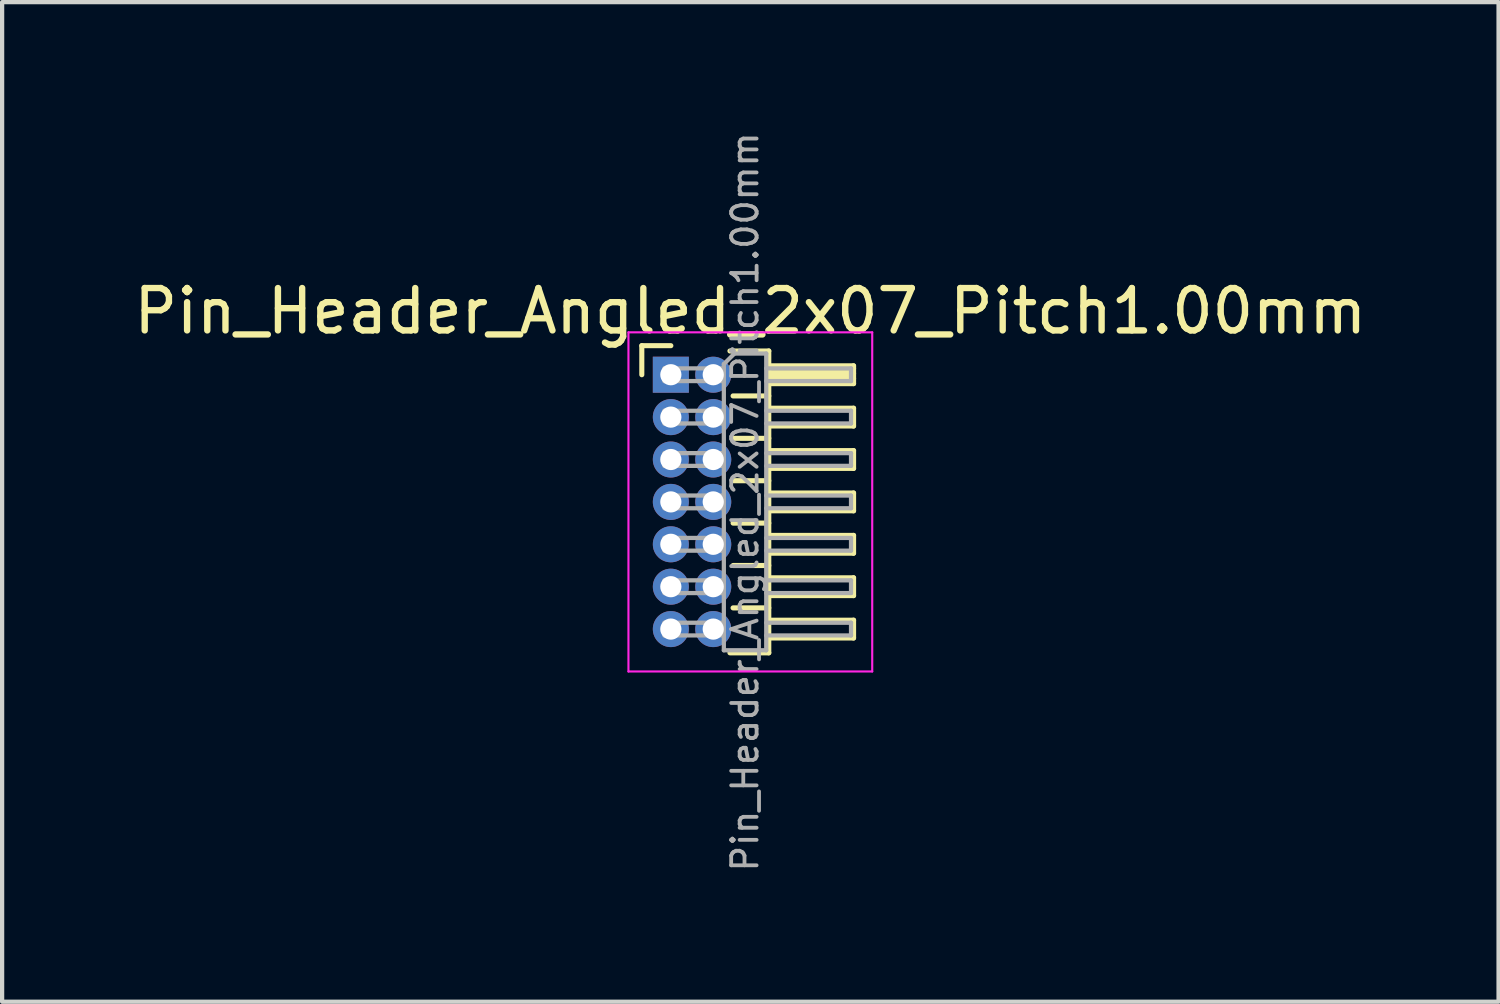
<source format=kicad_pcb>
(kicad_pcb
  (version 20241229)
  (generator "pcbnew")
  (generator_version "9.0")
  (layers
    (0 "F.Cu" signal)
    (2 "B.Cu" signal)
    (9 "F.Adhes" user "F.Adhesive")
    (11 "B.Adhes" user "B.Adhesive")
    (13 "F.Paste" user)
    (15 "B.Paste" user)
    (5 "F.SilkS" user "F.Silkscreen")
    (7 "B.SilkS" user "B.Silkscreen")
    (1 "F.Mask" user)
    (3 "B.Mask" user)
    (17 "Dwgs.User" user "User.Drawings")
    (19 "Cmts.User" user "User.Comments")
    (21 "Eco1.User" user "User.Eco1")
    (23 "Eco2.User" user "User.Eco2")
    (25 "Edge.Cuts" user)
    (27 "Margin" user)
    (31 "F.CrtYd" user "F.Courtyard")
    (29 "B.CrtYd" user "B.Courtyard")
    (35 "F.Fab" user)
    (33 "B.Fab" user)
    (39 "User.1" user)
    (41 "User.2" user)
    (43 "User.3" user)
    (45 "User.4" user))
  (footprint "Pin_Header_Angled_2x07_Pitch1.00mm"
    (layer "F.Cu")
    (at 12.774 5.789)
    (property "Reference" "Pin_Header_Angled_2x07_Pitch1.00mm" (at 1.875 -1.5 0) (layer "F.SilkS") (effects (font (size 1 1) (thickness 0.15))))
    (attr through_hole)
    (fp_line (start -0.685 -0.685) (end 0 -0.685) (stroke (width 0.12) (type solid)) (layer "F.SilkS"))
    (fp_line (start -0.685 0) (end -0.685 -0.685) (stroke (width 0.12) (type solid)) (layer "F.SilkS"))
    (fp_line (start 1.394 -0.56) (end 2.31 -0.56) (stroke (width 0.12) (type solid)) (layer "F.SilkS"))
    (fp_line (start 1.468 0.5) (end 2.31 0.5) (stroke (width 0.12) (type solid)) (layer "F.SilkS"))
    (fp_line (start 1.468 1.5) (end 2.31 1.5) (stroke (width 0.12) (type solid)) (layer "F.SilkS"))
    (fp_line (start 1.468 2.5) (end 2.31 2.5) (stroke (width 0.12) (type solid)) (layer "F.SilkS"))
    (fp_line (start 1.468 3.5) (end 2.31 3.5) (stroke (width 0.12) (type solid)) (layer "F.SilkS"))
    (fp_line (start 1.468 4.5) (end 2.31 4.5) (stroke (width 0.12) (type solid)) (layer "F.SilkS"))
    (fp_line (start 1.468 5.5) (end 2.31 5.5) (stroke (width 0.12) (type solid)) (layer "F.SilkS"))
    (fp_line (start 2.31 -0.56) (end 2.31 6.56) (stroke (width 0.12) (type solid)) (layer "F.SilkS"))
    (fp_line (start 2.31 -0.21) (end 4.31 -0.21) (stroke (width 0.12) (type solid)) (layer "F.SilkS"))
    (fp_line (start 2.31 -0.15) (end 4.31 -0.15) (stroke (width 0.12) (type solid)) (layer "F.SilkS"))
    (fp_line (start 2.31 -0.03) (end 4.31 -0.03) (stroke (width 0.12) (type solid)) (layer "F.SilkS"))
    (fp_line (start 2.31 0.09) (end 4.31 0.09) (stroke (width 0.12) (type solid)) (layer "F.SilkS"))
    (fp_line (start 2.31 0.79) (end 4.31 0.79) (stroke (width 0.12) (type solid)) (layer "F.SilkS"))
    (fp_line (start 2.31 1.79) (end 4.31 1.79) (stroke (width 0.12) (type solid)) (layer "F.SilkS"))
    (fp_line (start 2.31 2.79) (end 4.31 2.79) (stroke (width 0.12) (type solid)) (layer "F.SilkS"))
    (fp_line (start 2.31 3.79) (end 4.31 3.79) (stroke (width 0.12) (type solid)) (layer "F.SilkS"))
    (fp_line (start 2.31 4.79) (end 4.31 4.79) (stroke (width 0.12) (type solid)) (layer "F.SilkS"))
    (fp_line (start 2.31 5.79) (end 4.31 5.79) (stroke (width 0.12) (type solid)) (layer "F.SilkS"))
    (fp_line (start 2.31 6.56) (end 1.394 6.56) (stroke (width 0.12) (type solid)) (layer "F.SilkS"))
    (fp_line (start 4.31 -0.21) (end 4.31 0.21) (stroke (width 0.12) (type solid)) (layer "F.SilkS"))
    (fp_line (start 4.31 0.21) (end 2.31 0.21) (stroke (width 0.12) (type solid)) (layer "F.SilkS"))
    (fp_line (start 4.31 0.79) (end 4.31 1.21) (stroke (width 0.12) (type solid)) (layer "F.SilkS"))
    (fp_line (start 4.31 1.21) (end 2.31 1.21) (stroke (width 0.12) (type solid)) (layer "F.SilkS"))
    (fp_line (start 4.31 1.79) (end 4.31 2.21) (stroke (width 0.12) (type solid)) (layer "F.SilkS"))
    (fp_line (start 4.31 2.21) (end 2.31 2.21) (stroke (width 0.12) (type solid)) (layer "F.SilkS"))
    (fp_line (start 4.31 2.79) (end 4.31 3.21) (stroke (width 0.12) (type solid)) (layer "F.SilkS"))
    (fp_line (start 4.31 3.21) (end 2.31 3.21) (stroke (width 0.12) (type solid)) (layer "F.SilkS"))
    (fp_line (start 4.31 3.79) (end 4.31 4.21) (stroke (width 0.12) (type solid)) (layer "F.SilkS"))
    (fp_line (start 4.31 4.21) (end 2.31 4.21) (stroke (width 0.12) (type solid)) (layer "F.SilkS"))
    (fp_line (start 4.31 4.79) (end 4.31 5.21) (stroke (width 0.12) (type solid)) (layer "F.SilkS"))
    (fp_line (start 4.31 5.21) (end 2.31 5.21) (stroke (width 0.12) (type solid)) (layer "F.SilkS"))
    (fp_line (start 4.31 5.79) (end 4.31 6.21) (stroke (width 0.12) (type solid)) (layer "F.SilkS"))
    (fp_line (start 4.31 6.21) (end 2.31 6.21) (stroke (width 0.12) (type solid)) (layer "F.SilkS"))
    (fp_line (start -1 -1) (end -1 7) (stroke (width 0.05) (type solid)) (layer "F.CrtYd"))
    (fp_line (start -1 7) (end 4.75 7) (stroke (width 0.05) (type solid)) (layer "F.CrtYd"))
    (fp_line (start 4.75 -1) (end -1 -1) (stroke (width 0.05) (type solid)) (layer "F.CrtYd"))
    (fp_line (start 4.75 7) (end 4.75 -1) (stroke (width 0.05) (type solid)) (layer "F.CrtYd"))
    (fp_line (start -0.15 -0.15) (end -0.15 0.15) (stroke (width 0.1) (type solid)) (layer "F.Fab"))
    (fp_line (start -0.15 -0.15) (end 1.25 -0.15) (stroke (width 0.1) (type solid)) (layer "F.Fab"))
    (fp_line (start -0.15 0.15) (end 1.25 0.15) (stroke (width 0.1) (type solid)) (layer "F.Fab"))
    (fp_line (start -0.15 0.85) (end -0.15 1.15) (stroke (width 0.1) (type solid)) (layer "F.Fab"))
    (fp_line (start -0.15 0.85) (end 1.25 0.85) (stroke (width 0.1) (type solid)) (layer "F.Fab"))
    (fp_line (start -0.15 1.15) (end 1.25 1.15) (stroke (width 0.1) (type solid)) (layer "F.Fab"))
    (fp_line (start -0.15 1.85) (end -0.15 2.15) (stroke (width 0.1) (type solid)) (layer "F.Fab"))
    (fp_line (start -0.15 1.85) (end 1.25 1.85) (stroke (width 0.1) (type solid)) (layer "F.Fab"))
    (fp_line (start -0.15 2.15) (end 1.25 2.15) (stroke (width 0.1) (type solid)) (layer "F.Fab"))
    (fp_line (start -0.15 2.85) (end -0.15 3.15) (stroke (width 0.1) (type solid)) (layer "F.Fab"))
    (fp_line (start -0.15 2.85) (end 1.25 2.85) (stroke (width 0.1) (type solid)) (layer "F.Fab"))
    (fp_line (start -0.15 3.15) (end 1.25 3.15) (stroke (width 0.1) (type solid)) (layer "F.Fab"))
    (fp_line (start -0.15 3.85) (end -0.15 4.15) (stroke (width 0.1) (type solid)) (layer "F.Fab"))
    (fp_line (start -0.15 3.85) (end 1.25 3.85) (stroke (width 0.1) (type solid)) (layer "F.Fab"))
    (fp_line (start -0.15 4.15) (end 1.25 4.15) (stroke (width 0.1) (type solid)) (layer "F.Fab"))
    (fp_line (start -0.15 4.85) (end -0.15 5.15) (stroke (width 0.1) (type solid)) (layer "F.Fab"))
    (fp_line (start -0.15 4.85) (end 1.25 4.85) (stroke (width 0.1) (type solid)) (layer "F.Fab"))
    (fp_line (start -0.15 5.15) (end 1.25 5.15) (stroke (width 0.1) (type solid)) (layer "F.Fab"))
    (fp_line (start -0.15 5.85) (end -0.15 6.15) (stroke (width 0.1) (type solid)) (layer "F.Fab"))
    (fp_line (start -0.15 5.85) (end 1.25 5.85) (stroke (width 0.1) (type solid)) (layer "F.Fab"))
    (fp_line (start -0.15 6.15) (end 1.25 6.15) (stroke (width 0.1) (type solid)) (layer "F.Fab"))
    (fp_line (start 1.25 -0.25) (end 1.5 -0.5) (stroke (width 0.1) (type solid)) (layer "F.Fab"))
    (fp_line (start 1.25 6.5) (end 1.25 -0.25) (stroke (width 0.1) (type solid)) (layer "F.Fab"))
    (fp_line (start 1.5 -0.5) (end 2.25 -0.5) (stroke (width 0.1) (type solid)) (layer "F.Fab"))
    (fp_line (start 2.25 -0.5) (end 2.25 6.5) (stroke (width 0.1) (type solid)) (layer "F.Fab"))
    (fp_line (start 2.25 -0.15) (end 4.25 -0.15) (stroke (width 0.1) (type solid)) (layer "F.Fab"))
    (fp_line (start 2.25 0.15) (end 4.25 0.15) (stroke (width 0.1) (type solid)) (layer "F.Fab"))
    (fp_line (start 2.25 0.85) (end 4.25 0.85) (stroke (width 0.1) (type solid)) (layer "F.Fab"))
    (fp_line (start 2.25 1.15) (end 4.25 1.15) (stroke (width 0.1) (type solid)) (layer "F.Fab"))
    (fp_line (start 2.25 1.85) (end 4.25 1.85) (stroke (width 0.1) (type solid)) (layer "F.Fab"))
    (fp_line (start 2.25 2.15) (end 4.25 2.15) (stroke (width 0.1) (type solid)) (layer "F.Fab"))
    (fp_line (start 2.25 2.85) (end 4.25 2.85) (stroke (width 0.1) (type solid)) (layer "F.Fab"))
    (fp_line (start 2.25 3.15) (end 4.25 3.15) (stroke (width 0.1) (type solid)) (layer "F.Fab"))
    (fp_line (start 2.25 3.85) (end 4.25 3.85) (stroke (width 0.1) (type solid)) (layer "F.Fab"))
    (fp_line (start 2.25 4.15) (end 4.25 4.15) (stroke (width 0.1) (type solid)) (layer "F.Fab"))
    (fp_line (start 2.25 4.85) (end 4.25 4.85) (stroke (width 0.1) (type solid)) (layer "F.Fab"))
    (fp_line (start 2.25 5.15) (end 4.25 5.15) (stroke (width 0.1) (type solid)) (layer "F.Fab"))
    (fp_line (start 2.25 5.85) (end 4.25 5.85) (stroke (width 0.1) (type solid)) (layer "F.Fab"))
    (fp_line (start 2.25 6.15) (end 4.25 6.15) (stroke (width 0.1) (type solid)) (layer "F.Fab"))
    (fp_line (start 2.25 6.5) (end 1.25 6.5) (stroke (width 0.1) (type solid)) (layer "F.Fab"))
    (fp_line (start 4.25 -0.15) (end 4.25 0.15) (stroke (width 0.1) (type solid)) (layer "F.Fab"))
    (fp_line (start 4.25 0.85) (end 4.25 1.15) (stroke (width 0.1) (type solid)) (layer "F.Fab"))
    (fp_line (start 4.25 1.85) (end 4.25 2.15) (stroke (width 0.1) (type solid)) (layer "F.Fab"))
    (fp_line (start 4.25 2.85) (end 4.25 3.15) (stroke (width 0.1) (type solid)) (layer "F.Fab"))
    (fp_line (start 4.25 3.85) (end 4.25 4.15) (stroke (width 0.1) (type solid)) (layer "F.Fab"))
    (fp_line (start 4.25 4.85) (end 4.25 5.15) (stroke (width 0.1) (type solid)) (layer "F.Fab"))
    (fp_line (start 4.25 5.85) (end 4.25 6.15) (stroke (width 0.1) (type solid)) (layer "F.Fab"))
    (fp_text user "${REFERENCE}" (at 1.75 3 90) (layer "F.Fab") (effects (font (size 0.6 0.6) (thickness 0.09))))
    (pad "1" thru_hole rect (at 0 0) (size 0.85 0.85) (drill 0.5) (layers "*.Cu" "*.Mask"))
    (pad "2" thru_hole oval (at 1 0) (size 0.85 0.85) (drill 0.5) (layers "*.Cu" "*.Mask"))
    (pad "3" thru_hole oval (at 0 1) (size 0.85 0.85) (drill 0.5) (layers "*.Cu" "*.Mask"))
    (pad "4" thru_hole oval (at 1 1) (size 0.85 0.85) (drill 0.5) (layers "*.Cu" "*.Mask"))
    (pad "5" thru_hole oval (at 0 2) (size 0.85 0.85) (drill 0.5) (layers "*.Cu" "*.Mask"))
    (pad "6" thru_hole oval (at 1 2) (size 0.85 0.85) (drill 0.5) (layers "*.Cu" "*.Mask"))
    (pad "7" thru_hole oval (at 0 3) (size 0.85 0.85) (drill 0.5) (layers "*.Cu" "*.Mask"))
    (pad "8" thru_hole oval (at 1 3) (size 0.85 0.85) (drill 0.5) (layers "*.Cu" "*.Mask"))
    (pad "9" thru_hole oval (at 0 4) (size 0.85 0.85) (drill 0.5) (layers "*.Cu" "*.Mask"))
    (pad "10" thru_hole oval (at 1 4) (size 0.85 0.85) (drill 0.5) (layers "*.Cu" "*.Mask"))
    (pad "11" thru_hole oval (at 0 5) (size 0.85 0.85) (drill 0.5) (layers "*.Cu" "*.Mask"))
    (pad "12" thru_hole oval (at 1 5) (size 0.85 0.85) (drill 0.5) (layers "*.Cu" "*.Mask"))
    (pad "13" thru_hole oval (at 0 6) (size 0.85 0.85) (drill 0.5) (layers "*.Cu" "*.Mask"))
    (pad "14" thru_hole oval (at 1 6) (size 0.85 0.85) (drill 0.5) (layers "*.Cu" "*.Mask")))
  (gr_rect
    (start -3 -3)
    (end 32.298 20.579)
    (stroke (width 0.1) (type default))
    (fill no)
    (layer "Edge.Cuts")))
</source>
